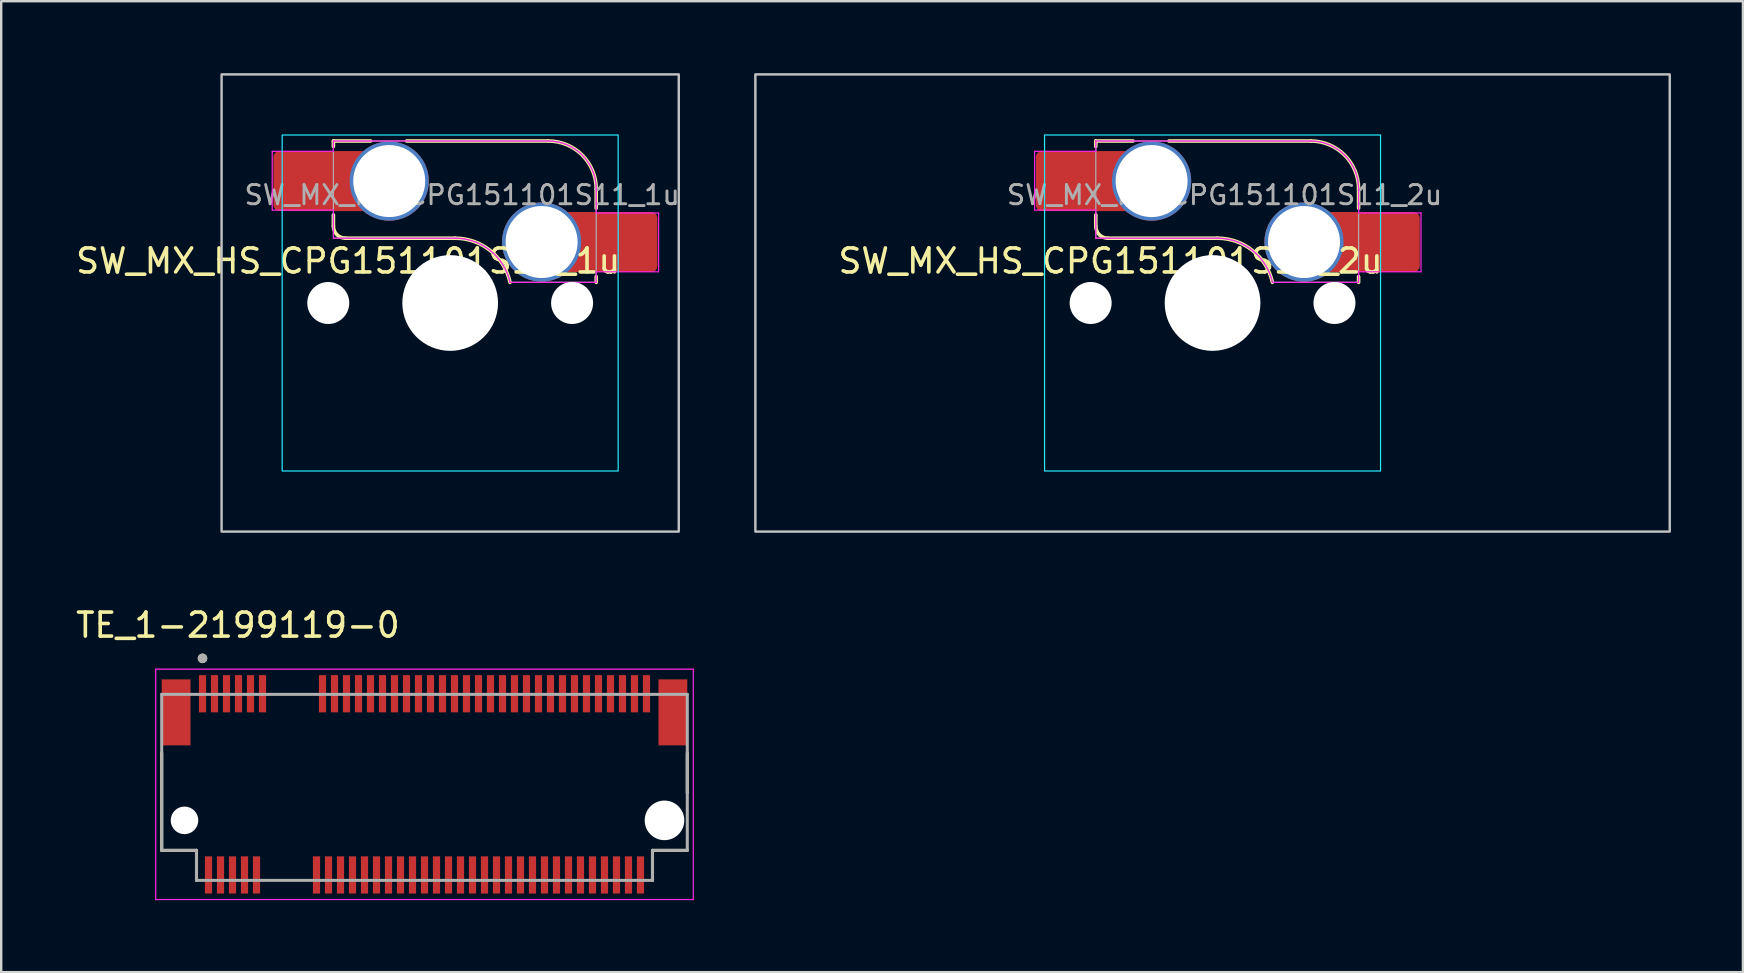
<source format=kicad_pcb>
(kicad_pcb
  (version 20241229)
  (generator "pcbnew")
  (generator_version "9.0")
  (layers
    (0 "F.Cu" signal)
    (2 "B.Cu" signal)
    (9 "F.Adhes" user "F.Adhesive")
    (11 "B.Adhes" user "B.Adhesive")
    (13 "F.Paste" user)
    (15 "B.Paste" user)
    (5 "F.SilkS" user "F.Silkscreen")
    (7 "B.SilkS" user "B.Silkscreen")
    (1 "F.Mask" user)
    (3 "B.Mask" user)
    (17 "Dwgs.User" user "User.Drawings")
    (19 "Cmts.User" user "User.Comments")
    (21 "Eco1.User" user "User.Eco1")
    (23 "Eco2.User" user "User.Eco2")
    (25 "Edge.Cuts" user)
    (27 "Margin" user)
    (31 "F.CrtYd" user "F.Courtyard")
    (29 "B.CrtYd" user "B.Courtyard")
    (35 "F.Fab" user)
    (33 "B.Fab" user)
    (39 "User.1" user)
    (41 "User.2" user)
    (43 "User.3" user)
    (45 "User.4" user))
  (footprint "SW_MX_HS_CPG151101S11_2u"
    (layer "F.Cu")
    (at 47.475 9.575)
    (property "Reference" "SW_MX_HS_CPG151101S11_2u" (at -4.25 -1.75 0) (layer "F.SilkS") (effects (font (size 1 1) (thickness 0.15))))
    (attr smd)
    (fp_line (start -4.865 -6.75) (end -4.865 -6.52) (stroke (width 0.15) (type solid)) (layer "F.SilkS"))
    (fp_line (start -4.865 -3.67) (end -4.865 -3.2) (stroke (width 0.15) (type solid)) (layer "F.SilkS"))
    (fp_line (start -4.365 -2.7) (end 0.2 -2.7) (stroke (width 0.15) (type solid)) (layer "F.SilkS"))
    (fp_line (start -3.315 -6.75) (end -4.865 -6.75) (stroke (width 0.15) (type solid)) (layer "F.SilkS"))
    (fp_line (start 4.085 -6.75) (end -1.815 -6.75) (stroke (width 0.15) (type solid)) (layer "F.SilkS"))
    (fp_line (start 6.085 -3.95) (end 6.085 -4.75) (stroke (width 0.15) (type solid)) (layer "F.SilkS"))
    (fp_line (start 6.085 -1.1) (end 6.085 -0.86) (stroke (width 0.15) (type solid)) (layer "F.SilkS"))
    (fp_arc (start -4.364824 -2.70022) (mid -4.718377 -2.846667) (end -4.864824 -3.20022) (stroke (width 0.15) (type solid)) (layer "F.SilkS"))
    (fp_arc (start 0.2 -2.70022) (mid 1.670693 -2.183637) (end 2.494322 -0.86022) (stroke (width 0.15) (type solid)) (layer "F.SilkS"))
    (fp_arc (start 4.085176 -6.75022) (mid 5.49939 -6.164434) (end 6.085176 -4.75022) (stroke (width 0.15) (type solid)) (layer "F.SilkS"))
    (fp_rect (start -19.05 -9.525) (end 19.05 9.525) (stroke (width 0.1) (type solid)) (fill no) (layer "Dwgs.User"))
    (fp_line (start -7 -6.5) (end -7 6.5) (stroke (width 0.05) (type solid)) (layer "Eco2.User"))
    (fp_line (start -6.5 7) (end 6.5 7) (stroke (width 0.05) (type solid)) (layer "Eco2.User"))
    (fp_line (start 6.5 -7) (end -6.5 -7) (stroke (width 0.05) (type solid)) (layer "Eco2.User"))
    (fp_line (start 7 6.5) (end 7 -6.5) (stroke (width 0.05) (type solid)) (layer "Eco2.User"))
    (fp_arc (start -7 -6.5) (mid -6.853553 -6.853553) (end -6.5 -7) (stroke (width 0.05) (type solid)) (layer "Eco2.User"))
    (fp_arc (start -6.497236 6.998884) (mid -6.850789 6.852437) (end -6.997236 6.498884) (stroke (width 0.05) (type solid)) (layer "Eco2.User"))
    (fp_arc (start 6.5 -7) (mid 6.853553 -6.853553) (end 7 -6.5) (stroke (width 0.05) (type solid)) (layer "Eco2.User"))
    (fp_arc (start 7 6.5) (mid 6.853553 6.853553) (end 6.5 7) (stroke (width 0.05) (type solid)) (layer "Eco2.User"))
    (fp_rect (start -7 -7) (end 7 7) (stroke (width 0.05) (type default)) (fill no) (layer "B.CrtYd"))
    (fp_line (start -7.415 -6.32) (end -4.865 -6.32) (stroke (width 0.05) (type solid)) (layer "F.CrtYd"))
    (fp_line (start -7.415 -3.87) (end -7.415 -6.32) (stroke (width 0.05) (type solid)) (layer "F.CrtYd"))
    (fp_line (start -4.865 -6.75) (end -4.865 -6.32) (stroke (width 0.05) (type solid)) (layer "F.CrtYd"))
    (fp_line (start -4.865 -3.87) (end -7.415 -3.87) (stroke (width 0.05) (type solid)) (layer "F.CrtYd"))
    (fp_line (start -4.865 -3.87) (end -4.865 -2.7) (stroke (width 0.05) (type solid)) (layer "F.CrtYd"))
    (fp_line (start -4.865 -2.7) (end 0.2 -2.7) (stroke (width 0.05) (type solid)) (layer "F.CrtYd"))
    (fp_line (start 4.085 -6.75) (end -4.865 -6.75) (stroke (width 0.05) (type solid)) (layer "F.CrtYd"))
    (fp_line (start 6.085 -3.75) (end 6.085 -4.75) (stroke (width 0.05) (type solid)) (layer "F.CrtYd"))
    (fp_line (start 6.085 -3.75) (end 8.685 -3.75) (stroke (width 0.05) (type solid)) (layer "F.CrtYd"))
    (fp_line (start 6.085 -1.3) (end 6.085 -0.86) (stroke (width 0.05) (type solid)) (layer "F.CrtYd"))
    (fp_line (start 6.085 -0.86) (end 2.494 -0.86) (stroke (width 0.05) (type solid)) (layer "F.CrtYd"))
    (fp_line (start 8.685 -3.75) (end 8.685 -1.3) (stroke (width 0.05) (type solid)) (layer "F.CrtYd"))
    (fp_line (start 8.685 -1.3) (end 6.085 -1.3) (stroke (width 0.05) (type solid)) (layer "F.CrtYd"))
    (fp_arc (start 0.2 -2.70022) (mid 1.670503 -2.183399) (end 2.494322 -0.86022) (stroke (width 0.05) (type solid)) (layer "F.CrtYd"))
    (fp_arc (start 4.085176 -6.75022) (mid 5.49939 -6.164434) (end 6.085176 -4.75022) (stroke (width 0.05) (type solid)) (layer "F.CrtYd"))
    (fp_line (start -4.865 -6.75) (end -4.865 -2.7) (stroke (width 0.05) (type solid)) (layer "F.Fab"))
    (fp_line (start -4.865 -2.7) (end 0.2 -2.7) (stroke (width 0.05) (type solid)) (layer "F.Fab"))
    (fp_line (start 4.085 -6.75) (end -4.865 -6.75) (stroke (width 0.05) (type solid)) (layer "F.Fab"))
    (fp_line (start 6.085 -0.86) (end 2.494 -0.86) (stroke (width 0.05) (type solid)) (layer "F.Fab"))
    (fp_line (start 6.085 -0.86) (end 6.085 -4.75) (stroke (width 0.05) (type solid)) (layer "F.Fab"))
    (fp_arc (start 0.2 -2.70022) (mid 1.670503 -2.183399) (end 2.494322 -0.86022) (stroke (width 0.05) (type solid)) (layer "F.Fab"))
    (fp_arc (start 4.085176 -6.75022) (mid 5.49939 -6.164434) (end 6.085176 -4.75022) (stroke (width 0.05) (type solid)) (layer "F.Fab"))
    (fp_text user "${REFERENCE}" (at 0.5 -4.5 0) (layer "F.Fab") (effects (font (size 0.8 0.8) (thickness 0.12))))
    (pad "" np_thru_hole circle (at -5.08 0) (size 1.75 1.75) (drill 1.75) (layers "*.Cu" "*.Mask"))
    (pad "" np_thru_hole circle (at 0 0) (size 3.988 3.988) (drill 3.988) (layers "*.Cu" "*.Mask"))
    (pad "" np_thru_hole circle (at 5.08 0) (size 1.75 1.75) (drill 1.75) (layers "*.Cu" "*.Mask"))
    (pad "1" thru_hole circle (at 3.81 -2.54) (size 3.3 3.3) (drill 3) (layers "*.Cu" "*.Mask"))
    (pad "1" smd rect (at 5.635 -2.54 180) (size 1.65 2.5) (layers "F.Cu"))
    (pad "1" smd roundrect (at 7.36 -2.54) (size 2.55 2.5) (layers "F.Cu" "F.Mask" "F.Paste") (roundrect_rratio 0.1))
    (pad "2" smd roundrect (at -6.09 -5.08) (size 2.55 2.5) (layers "F.Cu" "F.Mask" "F.Paste") (roundrect_rratio 0.1))
    (pad "2" smd rect (at -4.34 -5.08) (size 1.65 2.5) (layers "F.Cu"))
    (pad "2" thru_hole circle (at -2.54 -5.08) (size 3.3 3.3) (drill 3) (layers "*.Cu" "*.Mask")))
  (footprint "TE_1-2199119-0"
    (layer "F.Cu")
    (at 14.638 31.133)
    (property "Reference" "TE_1-2199119-0" (at -7.775 -8.135 0) (layer "F.SilkS") (effects (font (size 1 1) (thickness 0.15))))
    (attr smd)
    (fp_line (start -10.95 -2.805) (end -10.95 1.25) (stroke (width 0.127) (type solid)) (layer "F.SilkS"))
    (fp_line (start -10.95 1.25) (end -9.5 1.25) (stroke (width 0.127) (type solid)) (layer "F.SilkS"))
    (fp_line (start -9.5 1.25) (end -9.5 2.5) (stroke (width 0.127) (type solid)) (layer "F.SilkS"))
    (fp_line (start 9.5 1.25) (end 10.95 1.25) (stroke (width 0.127) (type solid)) (layer "F.SilkS"))
    (fp_line (start 9.5 2.5) (end 9.5 1.25) (stroke (width 0.127) (type solid)) (layer "F.SilkS"))
    (fp_line (start 10.95 -2.805) (end 10.95 -1.145) (stroke (width 0.127) (type solid)) (layer "F.SilkS"))
    (fp_circle (center -9.25 -6.75) (end -9.15 -6.75) (stroke (width 0.2) (type solid)) (fill no) (layer "F.SilkS"))
    (fp_line (start -11.2 -6.3) (end 11.2 -6.3) (stroke (width 0.05) (type solid)) (layer "F.CrtYd"))
    (fp_line (start -11.2 3.3) (end -11.2 -6.3) (stroke (width 0.05) (type solid)) (layer "F.CrtYd"))
    (fp_line (start 11.2 -6.3) (end 11.2 3.3) (stroke (width 0.05) (type solid)) (layer "F.CrtYd"))
    (fp_line (start 11.2 3.3) (end -11.2 3.3) (stroke (width 0.05) (type solid)) (layer "F.CrtYd"))
    (fp_line (start -10.95 -5.25) (end 10.95 -5.25) (stroke (width 0.127) (type solid)) (layer "F.Fab"))
    (fp_line (start -10.95 1.25) (end -10.95 -5.25) (stroke (width 0.127) (type solid)) (layer "F.Fab"))
    (fp_line (start -9.5 1.25) (end -10.95 1.25) (stroke (width 0.127) (type solid)) (layer "F.Fab"))
    (fp_line (start -9.5 2.5) (end -9.5 1.25) (stroke (width 0.127) (type solid)) (layer "F.Fab"))
    (fp_line (start 9.5 1.25) (end 9.5 2.5) (stroke (width 0.127) (type solid)) (layer "F.Fab"))
    (fp_line (start 9.5 2.5) (end -9.5 2.5) (stroke (width 0.127) (type solid)) (layer "F.Fab"))
    (fp_line (start 10.95 -5.25) (end 10.95 1.25) (stroke (width 0.127) (type solid)) (layer "F.Fab"))
    (fp_line (start 10.95 1.25) (end 9.5 1.25) (stroke (width 0.127) (type solid)) (layer "F.Fab"))
    (fp_circle (center -9.25 -6.75) (end -9.15 -6.75) (stroke (width 0.2) (type solid)) (fill no) (layer "F.Fab"))
    (pad "" np_thru_hole circle (at -10 0) (size 1.15 1.15) (drill 1.15) (layers "*.Cu" "*.Mask"))
    (pad "" np_thru_hole circle (at 10 0) (size 1.65 1.65) (drill 1.65) (layers "*.Cu" "*.Mask"))
    (pad "1" smd rect (at -9.25 -5.275) (size 0.3 1.55) (layers "F.Cu" "F.Mask" "F.Paste"))
    (pad "2" smd rect (at -9 2.275) (size 0.3 1.55) (layers "F.Cu" "F.Mask" "F.Paste"))
    (pad "3" smd rect (at -8.75 -5.275) (size 0.3 1.55) (layers "F.Cu" "F.Mask" "F.Paste"))
    (pad "4" smd rect (at -8.5 2.275) (size 0.3 1.55) (layers "F.Cu" "F.Mask" "F.Paste"))
    (pad "5" smd rect (at -8.25 -5.275) (size 0.3 1.55) (layers "F.Cu" "F.Mask" "F.Paste"))
    (pad "6" smd rect (at -8 2.275) (size 0.3 1.55) (layers "F.Cu" "F.Mask" "F.Paste"))
    (pad "7" smd rect (at -7.75 -5.275) (size 0.3 1.55) (layers "F.Cu" "F.Mask" "F.Paste"))
    (pad "8" smd rect (at -7.5 2.275) (size 0.3 1.55) (layers "F.Cu" "F.Mask" "F.Paste"))
    (pad "9" smd rect (at -7.25 -5.275) (size 0.3 1.55) (layers "F.Cu" "F.Mask" "F.Paste"))
    (pad "10" smd rect (at -7 2.275) (size 0.3 1.55) (layers "F.Cu" "F.Mask" "F.Paste"))
    (pad "11" smd rect (at -6.75 -5.275) (size 0.3 1.55) (layers "F.Cu" "F.Mask" "F.Paste"))
    (pad "20" smd rect (at -4.5 2.275) (size 0.3 1.55) (layers "F.Cu" "F.Mask" "F.Paste"))
    (pad "21" smd rect (at -4.25 -5.275) (size 0.3 1.55) (layers "F.Cu" "F.Mask" "F.Paste"))
    (pad "22" smd rect (at -4 2.275) (size 0.3 1.55) (layers "F.Cu" "F.Mask" "F.Paste"))
    (pad "23" smd rect (at -3.75 -5.275) (size 0.3 1.55) (layers "F.Cu" "F.Mask" "F.Paste"))
    (pad "24" smd rect (at -3.5 2.275) (size 0.3 1.55) (layers "F.Cu" "F.Mask" "F.Paste"))
    (pad "25" smd rect (at -3.25 -5.275) (size 0.3 1.55) (layers "F.Cu" "F.Mask" "F.Paste"))
    (pad "26" smd rect (at -3 2.275) (size 0.3 1.55) (layers "F.Cu" "F.Mask" "F.Paste"))
    (pad "27" smd rect (at -2.75 -5.275) (size 0.3 1.55) (layers "F.Cu" "F.Mask" "F.Paste"))
    (pad "28" smd rect (at -2.5 2.275) (size 0.3 1.55) (layers "F.Cu" "F.Mask" "F.Paste"))
    (pad "29" smd rect (at -2.25 -5.275) (size 0.3 1.55) (layers "F.Cu" "F.Mask" "F.Paste"))
    (pad "30" smd rect (at -2 2.275) (size 0.3 1.55) (layers "F.Cu" "F.Mask" "F.Paste"))
    (pad "31" smd rect (at -1.75 -5.275) (size 0.3 1.55) (layers "F.Cu" "F.Mask" "F.Paste"))
    (pad "32" smd rect (at -1.5 2.275) (size 0.3 1.55) (layers "F.Cu" "F.Mask" "F.Paste"))
    (pad "33" smd rect (at -1.25 -5.275) (size 0.3 1.55) (layers "F.Cu" "F.Mask" "F.Paste"))
    (pad "34" smd rect (at -1 2.275) (size 0.3 1.55) (layers "F.Cu" "F.Mask" "F.Paste"))
    (pad "35" smd rect (at -0.75 -5.275) (size 0.3 1.55) (layers "F.Cu" "F.Mask" "F.Paste"))
    (pad "36" smd rect (at -0.5 2.275) (size 0.3 1.55) (layers "F.Cu" "F.Mask" "F.Paste"))
    (pad "37" smd rect (at -0.25 -5.275) (size 0.3 1.55) (layers "F.Cu" "F.Mask" "F.Paste"))
    (pad "38" smd rect (at 0 2.275) (size 0.3 1.55) (layers "F.Cu" "F.Mask" "F.Paste"))
    (pad "39" smd rect (at 0.25 -5.275) (size 0.3 1.55) (layers "F.Cu" "F.Mask" "F.Paste"))
    (pad "40" smd rect (at 0.5 2.275) (size 0.3 1.55) (layers "F.Cu" "F.Mask" "F.Paste"))
    (pad "41" smd rect (at 0.75 -5.275) (size 0.3 1.55) (layers "F.Cu" "F.Mask" "F.Paste"))
    (pad "42" smd rect (at 1 2.275) (size 0.3 1.55) (layers "F.Cu" "F.Mask" "F.Paste"))
    (pad "43" smd rect (at 1.25 -5.275) (size 0.3 1.55) (layers "F.Cu" "F.Mask" "F.Paste"))
    (pad "44" smd rect (at 1.5 2.275) (size 0.3 1.55) (layers "F.Cu" "F.Mask" "F.Paste"))
    (pad "45" smd rect (at 1.75 -5.275) (size 0.3 1.55) (layers "F.Cu" "F.Mask" "F.Paste"))
    (pad "46" smd rect (at 2 2.275) (size 0.3 1.55) (layers "F.Cu" "F.Mask" "F.Paste"))
    (pad "47" smd rect (at 2.25 -5.275) (size 0.3 1.55) (layers "F.Cu" "F.Mask" "F.Paste"))
    (pad "48" smd rect (at 2.5 2.275) (size 0.3 1.55) (layers "F.Cu" "F.Mask" "F.Paste"))
    (pad "49" smd rect (at 2.75 -5.275) (size 0.3 1.55) (layers "F.Cu" "F.Mask" "F.Paste"))
    (pad "50" smd rect (at 3 2.275) (size 0.3 1.55) (layers "F.Cu" "F.Mask" "F.Paste"))
    (pad "51" smd rect (at 3.25 -5.275) (size 0.3 1.55) (layers "F.Cu" "F.Mask" "F.Paste"))
    (pad "52" smd rect (at 3.5 2.275) (size 0.3 1.55) (layers "F.Cu" "F.Mask" "F.Paste"))
    (pad "53" smd rect (at 3.75 -5.275) (size 0.3 1.55) (layers "F.Cu" "F.Mask" "F.Paste"))
    (pad "54" smd rect (at 4 2.275) (size 0.3 1.55) (layers "F.Cu" "F.Mask" "F.Paste"))
    (pad "55" smd rect (at 4.25 -5.275) (size 0.3 1.55) (layers "F.Cu" "F.Mask" "F.Paste"))
    (pad "56" smd rect (at 4.5 2.275) (size 0.3 1.55) (layers "F.Cu" "F.Mask" "F.Paste"))
    (pad "57" smd rect (at 4.75 -5.275) (size 0.3 1.55) (layers "F.Cu" "F.Mask" "F.Paste"))
    (pad "58" smd rect (at 5 2.275) (size 0.3 1.55) (layers "F.Cu" "F.Mask" "F.Paste"))
    (pad "59" smd rect (at 5.25 -5.275) (size 0.3 1.55) (layers "F.Cu" "F.Mask" "F.Paste"))
    (pad "60" smd rect (at 5.5 2.275) (size 0.3 1.55) (layers "F.Cu" "F.Mask" "F.Paste"))
    (pad "61" smd rect (at 5.75 -5.275) (size 0.3 1.55) (layers "F.Cu" "F.Mask" "F.Paste"))
    (pad "62" smd rect (at 6 2.275) (size 0.3 1.55) (layers "F.Cu" "F.Mask" "F.Paste"))
    (pad "63" smd rect (at 6.25 -5.275) (size 0.3 1.55) (layers "F.Cu" "F.Mask" "F.Paste"))
    (pad "64" smd rect (at 6.5 2.275) (size 0.3 1.55) (layers "F.Cu" "F.Mask" "F.Paste"))
    (pad "65" smd rect (at 6.75 -5.275) (size 0.3 1.55) (layers "F.Cu" "F.Mask" "F.Paste"))
    (pad "66" smd rect (at 7 2.275) (size 0.3 1.55) (layers "F.Cu" "F.Mask" "F.Paste"))
    (pad "67" smd rect (at 7.25 -5.275) (size 0.3 1.55) (layers "F.Cu" "F.Mask" "F.Paste"))
    (pad "68" smd rect (at 7.5 2.275) (size 0.3 1.55) (layers "F.Cu" "F.Mask" "F.Paste"))
    (pad "69" smd rect (at 7.75 -5.275) (size 0.3 1.55) (layers "F.Cu" "F.Mask" "F.Paste"))
    (pad "70" smd rect (at 8 2.275) (size 0.3 1.55) (layers "F.Cu" "F.Mask" "F.Paste"))
    (pad "71" smd rect (at 8.25 -5.275) (size 0.3 1.55) (layers "F.Cu" "F.Mask" "F.Paste"))
    (pad "72" smd rect (at 8.5 2.275) (size 0.3 1.55) (layers "F.Cu" "F.Mask" "F.Paste"))
    (pad "73" smd rect (at 8.75 -5.275) (size 0.3 1.55) (layers "F.Cu" "F.Mask" "F.Paste"))
    (pad "74" smd rect (at 9 2.275) (size 0.3 1.55) (layers "F.Cu" "F.Mask" "F.Paste"))
    (pad "75" smd rect (at 9.25 -5.275) (size 0.3 1.55) (layers "F.Cu" "F.Mask" "F.Paste"))
    (pad "S1" smd rect (at -10.35 -4.5) (size 1.2 2.75) (layers "F.Cu" "F.Mask" "F.Paste"))
    (pad "S2" smd rect (at 10.35 -4.5) (size 1.2 2.75) (layers "F.Cu" "F.Mask" "F.Paste")))
  (footprint "SW_MX_HS_CPG151101S11_1u"
    (layer "F.Cu")
    (at 15.708 9.575)
    (property "Reference" "SW_MX_HS_CPG151101S11_1u" (at -4.25 -1.75 0) (layer "F.SilkS") (effects (font (size 1 1) (thickness 0.15))))
    (attr smd)
    (fp_line (start -4.865 -6.75) (end -4.865 -6.52) (stroke (width 0.15) (type solid)) (layer "F.SilkS"))
    (fp_line (start -4.865 -3.67) (end -4.865 -3.2) (stroke (width 0.15) (type solid)) (layer "F.SilkS"))
    (fp_line (start -4.365 -2.7) (end 0.2 -2.7) (stroke (width 0.15) (type solid)) (layer "F.SilkS"))
    (fp_line (start -3.315 -6.75) (end -4.865 -6.75) (stroke (width 0.15) (type solid)) (layer "F.SilkS"))
    (fp_line (start 4.085 -6.75) (end -1.815 -6.75) (stroke (width 0.15) (type solid)) (layer "F.SilkS"))
    (fp_line (start 6.085 -3.95) (end 6.085 -4.75) (stroke (width 0.15) (type solid)) (layer "F.SilkS"))
    (fp_line (start 6.085 -1.1) (end 6.085 -0.86) (stroke (width 0.15) (type solid)) (layer "F.SilkS"))
    (fp_arc (start -4.364824 -2.70022) (mid -4.718377 -2.846667) (end -4.864824 -3.20022) (stroke (width 0.15) (type solid)) (layer "F.SilkS"))
    (fp_arc (start 0.2 -2.70022) (mid 1.670693 -2.183637) (end 2.494322 -0.86022) (stroke (width 0.15) (type solid)) (layer "F.SilkS"))
    (fp_arc (start 4.085176 -6.75022) (mid 5.49939 -6.164434) (end 6.085176 -4.75022) (stroke (width 0.15) (type solid)) (layer "F.SilkS"))
    (fp_rect (start -9.525 -9.525) (end 9.525 9.525) (stroke (width 0.1) (type default)) (fill no) (layer "Dwgs.User"))
    (fp_line (start -7 -6.5) (end -7 6.5) (stroke (width 0.05) (type solid)) (layer "Eco2.User"))
    (fp_line (start -6.5 7) (end 6.5 7) (stroke (width 0.05) (type solid)) (layer "Eco2.User"))
    (fp_line (start 6.5 -7) (end -6.5 -7) (stroke (width 0.05) (type solid)) (layer "Eco2.User"))
    (fp_line (start 7 6.5) (end 7 -6.5) (stroke (width 0.05) (type solid)) (layer "Eco2.User"))
    (fp_arc (start -7 -6.5) (mid -6.853553 -6.853553) (end -6.5 -7) (stroke (width 0.05) (type solid)) (layer "Eco2.User"))
    (fp_arc (start -6.497236 6.998884) (mid -6.850789 6.852437) (end -6.997236 6.498884) (stroke (width 0.05) (type solid)) (layer "Eco2.User"))
    (fp_arc (start 6.5 -7) (mid 6.853553 -6.853553) (end 7 -6.5) (stroke (width 0.05) (type solid)) (layer "Eco2.User"))
    (fp_arc (start 7 6.5) (mid 6.853553 6.853553) (end 6.5 7) (stroke (width 0.05) (type solid)) (layer "Eco2.User"))
    (fp_rect (start -7 -7) (end 7 7) (stroke (width 0.05) (type default)) (fill no) (layer "B.CrtYd"))
    (fp_line (start -7.415 -6.32) (end -4.865 -6.32) (stroke (width 0.05) (type solid)) (layer "F.CrtYd"))
    (fp_line (start -7.415 -3.87) (end -7.415 -6.32) (stroke (width 0.05) (type solid)) (layer "F.CrtYd"))
    (fp_line (start -4.865 -6.75) (end -4.865 -6.32) (stroke (width 0.05) (type solid)) (layer "F.CrtYd"))
    (fp_line (start -4.865 -3.87) (end -7.415 -3.87) (stroke (width 0.05) (type solid)) (layer "F.CrtYd"))
    (fp_line (start -4.865 -3.87) (end -4.865 -2.7) (stroke (width 0.05) (type solid)) (layer "F.CrtYd"))
    (fp_line (start -4.865 -2.7) (end 0.2 -2.7) (stroke (width 0.05) (type solid)) (layer "F.CrtYd"))
    (fp_line (start 4.085 -6.75) (end -4.865 -6.75) (stroke (width 0.05) (type solid)) (layer "F.CrtYd"))
    (fp_line (start 6.085 -3.75) (end 6.085 -4.75) (stroke (width 0.05) (type solid)) (layer "F.CrtYd"))
    (fp_line (start 6.085 -3.75) (end 8.685 -3.75) (stroke (width 0.05) (type solid)) (layer "F.CrtYd"))
    (fp_line (start 6.085 -1.3) (end 6.085 -0.86) (stroke (width 0.05) (type solid)) (layer "F.CrtYd"))
    (fp_line (start 6.085 -0.86) (end 2.494 -0.86) (stroke (width 0.05) (type solid)) (layer "F.CrtYd"))
    (fp_line (start 8.685 -3.75) (end 8.685 -1.3) (stroke (width 0.05) (type solid)) (layer "F.CrtYd"))
    (fp_line (start 8.685 -1.3) (end 6.085 -1.3) (stroke (width 0.05) (type solid)) (layer "F.CrtYd"))
    (fp_arc (start 0.2 -2.70022) (mid 1.670503 -2.183399) (end 2.494322 -0.86022) (stroke (width 0.05) (type solid)) (layer "F.CrtYd"))
    (fp_arc (start 4.085176 -6.75022) (mid 5.49939 -6.164434) (end 6.085176 -4.75022) (stroke (width 0.05) (type solid)) (layer "F.CrtYd"))
    (fp_line (start -4.865 -6.75) (end -4.865 -2.7) (stroke (width 0.05) (type solid)) (layer "F.Fab"))
    (fp_line (start -4.865 -2.7) (end 0.2 -2.7) (stroke (width 0.05) (type solid)) (layer "F.Fab"))
    (fp_line (start 4.085 -6.75) (end -4.865 -6.75) (stroke (width 0.05) (type solid)) (layer "F.Fab"))
    (fp_line (start 6.085 -0.86) (end 2.494 -0.86) (stroke (width 0.05) (type solid)) (layer "F.Fab"))
    (fp_line (start 6.085 -0.86) (end 6.085 -4.75) (stroke (width 0.05) (type solid)) (layer "F.Fab"))
    (fp_arc (start 0.2 -2.70022) (mid 1.670503 -2.183399) (end 2.494322 -0.86022) (stroke (width 0.05) (type solid)) (layer "F.Fab"))
    (fp_arc (start 4.085176 -6.75022) (mid 5.49939 -6.164434) (end 6.085176 -4.75022) (stroke (width 0.05) (type solid)) (layer "F.Fab"))
    (fp_text user "${REFERENCE}" (at 0.5 -4.5 0) (layer "F.Fab") (effects (font (size 0.8 0.8) (thickness 0.12))))
    (pad "" np_thru_hole circle (at -5.08 0) (size 1.75 1.75) (drill 1.75) (layers "*.Cu" "*.Mask"))
    (pad "" np_thru_hole circle (at 0 0) (size 3.988 3.988) (drill 3.988) (layers "*.Cu" "*.Mask"))
    (pad "" np_thru_hole circle (at 5.08 0) (size 1.75 1.75) (drill 1.75) (layers "*.Cu" "*.Mask"))
    (pad "1" thru_hole circle (at 3.81 -2.54) (size 3.3 3.3) (drill 3) (layers "*.Cu" "*.Mask"))
    (pad "1" smd rect (at 5.635 -2.54 180) (size 1.65 2.5) (layers "F.Cu"))
    (pad "1" smd roundrect (at 7.36 -2.54) (size 2.55 2.5) (layers "F.Cu" "F.Mask" "F.Paste") (roundrect_rratio 0.1))
    (pad "2" smd roundrect (at -6.09 -5.08) (size 2.55 2.5) (layers "F.Cu" "F.Mask" "F.Paste") (roundrect_rratio 0.1))
    (pad "2" smd rect (at -4.34 -5.08) (size 1.65 2.5) (layers "F.Cu"))
    (pad "2" thru_hole circle (at -2.54 -5.08) (size 3.3 3.3) (drill 3) (layers "*.Cu" "*.Mask")))
  (gr_rect
    (start -3 -3)
    (end 69.575 37.458)
    (stroke (width 0.1) (type default))
    (fill no)
    (layer "Edge.Cuts")))
</source>
